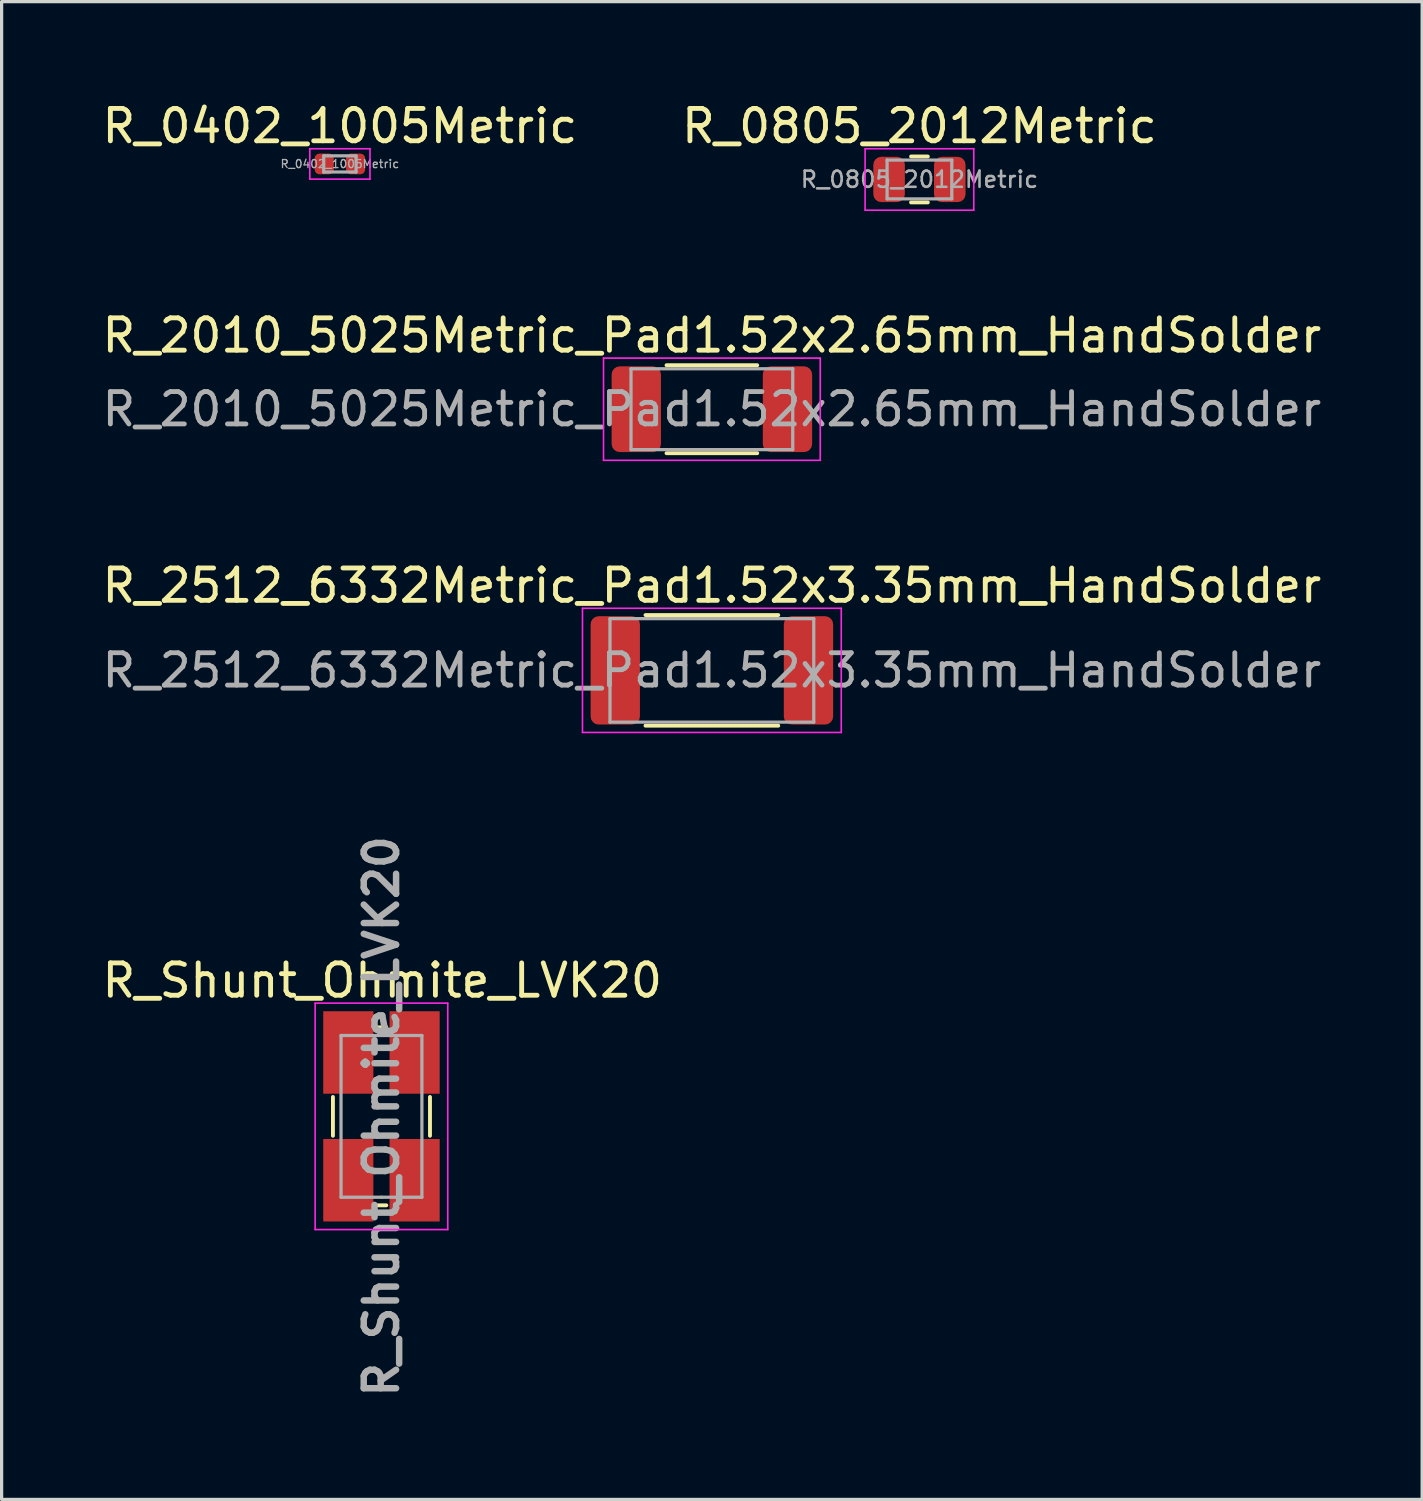
<source format=kicad_pcb>
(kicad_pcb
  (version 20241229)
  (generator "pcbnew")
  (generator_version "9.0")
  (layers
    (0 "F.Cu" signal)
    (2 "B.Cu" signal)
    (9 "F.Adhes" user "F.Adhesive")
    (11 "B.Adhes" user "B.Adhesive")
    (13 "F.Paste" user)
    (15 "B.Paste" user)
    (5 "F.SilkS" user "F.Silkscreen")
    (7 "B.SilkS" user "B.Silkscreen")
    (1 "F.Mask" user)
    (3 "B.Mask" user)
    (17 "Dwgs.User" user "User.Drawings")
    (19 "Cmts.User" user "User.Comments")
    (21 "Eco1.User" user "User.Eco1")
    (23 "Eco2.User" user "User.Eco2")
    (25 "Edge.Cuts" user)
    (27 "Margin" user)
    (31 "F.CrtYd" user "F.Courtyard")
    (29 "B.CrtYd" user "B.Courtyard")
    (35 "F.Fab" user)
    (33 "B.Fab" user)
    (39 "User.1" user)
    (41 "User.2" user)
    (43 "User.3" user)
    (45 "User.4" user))
  (footprint "R_Shunt_Ohmite_LVK20"
    (layer "F.Cu")
    (at 8.743 31.463)
    (property "Reference" "R_Shunt_Ohmite_LVK20" (at 0.025 -4.2 0) (layer "F.SilkS") (effects (font (size 1 1) (thickness 0.15))))
    (attr smd)
    (fp_line (start -1.5 0.6) (end -1.5 -0.6) (stroke (width 0.12) (type solid)) (layer "F.SilkS"))
    (fp_line (start 0.15 -2.75) (end -0.15 -2.75) (stroke (width 0.12) (type solid)) (layer "F.SilkS"))
    (fp_line (start 0.15 2.75) (end -0.15 2.75) (stroke (width 0.12) (type solid)) (layer "F.SilkS"))
    (fp_line (start 1.5 -0.6) (end 1.5 0.6) (stroke (width 0.12) (type solid)) (layer "F.SilkS"))
    (fp_line (start -2.05 -3.5) (end 2.05 -3.5) (stroke (width 0.05) (type solid)) (layer "F.CrtYd"))
    (fp_line (start -2.05 3.5) (end -2.05 -3.5) (stroke (width 0.05) (type solid)) (layer "F.CrtYd"))
    (fp_line (start 2.05 -3.5) (end 2.05 3.5) (stroke (width 0.05) (type solid)) (layer "F.CrtYd"))
    (fp_line (start 2.05 3.5) (end -2.05 3.5) (stroke (width 0.05) (type solid)) (layer "F.CrtYd"))
    (fp_line (start -1.25 -2.5) (end 1.25 -2.5) (stroke (width 0.1) (type solid)) (layer "F.Fab"))
    (fp_line (start -1.25 2.5) (end -1.25 -2.5) (stroke (width 0.1) (type solid)) (layer "F.Fab"))
    (fp_line (start 0 2.5) (end -1.25 2.5) (stroke (width 0.1) (type solid)) (layer "F.Fab"))
    (fp_line (start 1.25 -2.5) (end 1.25 2.5) (stroke (width 0.1) (type solid)) (layer "F.Fab"))
    (fp_line (start 1.25 2.5) (end 0 2.5) (stroke (width 0.1) (type solid)) (layer "F.Fab"))
    (fp_text user "${REFERENCE}" (at 0 0 90) (layer "F.Fab") (effects (font (size 1 1) (thickness 0.2))))
    (pad "1" smd rect (at -1.025 -1.975) (size 1.55 2.55) (layers "F.Cu" "F.Mask" "F.Paste"))
    (pad "2" smd rect (at 1.025 -1.975) (size 1.55 2.55) (layers "F.Cu" "F.Mask" "F.Paste"))
    (pad "3" smd rect (at -1.025 1.975) (size 1.55 2.55) (layers "F.Cu" "F.Mask" "F.Paste"))
    (pad "4" smd rect (at 1.025 1.975) (size 1.55 2.55) (layers "F.Cu" "F.Mask" "F.Paste")))
  (footprint "R_0805_2012Metric"
    (layer "F.Cu")
    (at 25.375 2.498)
    (property "Reference" "R_0805_2012Metric" (at 0 -1.65 0) (layer "F.SilkS") (effects (font (size 1 1) (thickness 0.15))))
    (attr smd)
    (fp_line (start -0.259 -0.71) (end 0.259 -0.71) (stroke (width 0.12) (type solid)) (layer "F.SilkS"))
    (fp_line (start -0.259 0.71) (end 0.259 0.71) (stroke (width 0.12) (type solid)) (layer "F.SilkS"))
    (fp_line (start -1.68 -0.95) (end 1.68 -0.95) (stroke (width 0.05) (type solid)) (layer "F.CrtYd"))
    (fp_line (start -1.68 0.95) (end -1.68 -0.95) (stroke (width 0.05) (type solid)) (layer "F.CrtYd"))
    (fp_line (start 1.68 -0.95) (end 1.68 0.95) (stroke (width 0.05) (type solid)) (layer "F.CrtYd"))
    (fp_line (start 1.68 0.95) (end -1.68 0.95) (stroke (width 0.05) (type solid)) (layer "F.CrtYd"))
    (fp_line (start -1 -0.6) (end 1 -0.6) (stroke (width 0.1) (type solid)) (layer "F.Fab"))
    (fp_line (start -1 0.6) (end -1 -0.6) (stroke (width 0.1) (type solid)) (layer "F.Fab"))
    (fp_line (start 1 -0.6) (end 1 0.6) (stroke (width 0.1) (type solid)) (layer "F.Fab"))
    (fp_line (start 1 0.6) (end -1 0.6) (stroke (width 0.1) (type solid)) (layer "F.Fab"))
    (fp_text user "${REFERENCE}" (at 0 0 0) (layer "F.Fab") (effects (font (size 0.5 0.5) (thickness 0.08))))
    (pad "1" smd roundrect (at -0.938 0) (size 0.975 1.4) (layers "F.Cu" "F.Mask" "F.Paste") (roundrect_rratio 0.25))
    (pad "2" smd roundrect (at 0.938 0) (size 0.975 1.4) (layers "F.Cu" "F.Mask" "F.Paste") (roundrect_rratio 0.25)))
  (footprint "R_2010_5025Metric_Pad1.52x2.65mm_HandSolder"
    (layer "F.Cu")
    (at 18.958 9.601)
    (property "Reference" "R_2010_5025Metric_Pad1.52x2.65mm_HandSolder" (at 0 -2.28 0) (layer "F.SilkS") (effects (font (size 1 1) (thickness 0.15))))
    (attr smd)
    (fp_line (start -1.402 -1.36) (end 1.402 -1.36) (stroke (width 0.12) (type solid)) (layer "F.SilkS"))
    (fp_line (start -1.402 1.36) (end 1.402 1.36) (stroke (width 0.12) (type solid)) (layer "F.SilkS"))
    (fp_line (start -3.35 -1.58) (end 3.35 -1.58) (stroke (width 0.05) (type solid)) (layer "F.CrtYd"))
    (fp_line (start -3.35 1.58) (end -3.35 -1.58) (stroke (width 0.05) (type solid)) (layer "F.CrtYd"))
    (fp_line (start 3.35 -1.58) (end 3.35 1.58) (stroke (width 0.05) (type solid)) (layer "F.CrtYd"))
    (fp_line (start 3.35 1.58) (end -3.35 1.58) (stroke (width 0.05) (type solid)) (layer "F.CrtYd"))
    (fp_line (start -2.5 -1.25) (end 2.5 -1.25) (stroke (width 0.1) (type solid)) (layer "F.Fab"))
    (fp_line (start -2.5 1.25) (end -2.5 -1.25) (stroke (width 0.1) (type solid)) (layer "F.Fab"))
    (fp_line (start 2.5 -1.25) (end 2.5 1.25) (stroke (width 0.1) (type solid)) (layer "F.Fab"))
    (fp_line (start 2.5 1.25) (end -2.5 1.25) (stroke (width 0.1) (type solid)) (layer "F.Fab"))
    (fp_text user "${REFERENCE}" (at 0 0 0) (layer "F.Fab") (effects (font (size 1 1) (thickness 0.15))))
    (pad "1" smd roundrect (at -2.337 0) (size 1.525 2.65) (layers "F.Cu" "F.Mask" "F.Paste") (roundrect_rratio 0.164))
    (pad "2" smd roundrect (at 2.337 0) (size 1.525 2.65) (layers "F.Cu" "F.Mask" "F.Paste") (roundrect_rratio 0.164)))
  (footprint "R_2512_6332Metric_Pad1.52x3.35mm_HandSolder"
    (layer "F.Cu")
    (at 18.958 17.675)
    (property "Reference" "R_2512_6332Metric_Pad1.52x3.35mm_HandSolder" (at 0 -2.62 0) (layer "F.SilkS") (effects (font (size 1 1) (thickness 0.15))))
    (attr smd)
    (fp_line (start -2.052 -1.71) (end 2.052 -1.71) (stroke (width 0.12) (type solid)) (layer "F.SilkS"))
    (fp_line (start -2.052 1.71) (end 2.052 1.71) (stroke (width 0.12) (type solid)) (layer "F.SilkS"))
    (fp_line (start -4 -1.92) (end 4 -1.92) (stroke (width 0.05) (type solid)) (layer "F.CrtYd"))
    (fp_line (start -4 1.92) (end -4 -1.92) (stroke (width 0.05) (type solid)) (layer "F.CrtYd"))
    (fp_line (start 4 -1.92) (end 4 1.92) (stroke (width 0.05) (type solid)) (layer "F.CrtYd"))
    (fp_line (start 4 1.92) (end -4 1.92) (stroke (width 0.05) (type solid)) (layer "F.CrtYd"))
    (fp_line (start -3.15 -1.6) (end 3.15 -1.6) (stroke (width 0.1) (type solid)) (layer "F.Fab"))
    (fp_line (start -3.15 1.6) (end -3.15 -1.6) (stroke (width 0.1) (type solid)) (layer "F.Fab"))
    (fp_line (start 3.15 -1.6) (end 3.15 1.6) (stroke (width 0.1) (type solid)) (layer "F.Fab"))
    (fp_line (start 3.15 1.6) (end -3.15 1.6) (stroke (width 0.1) (type solid)) (layer "F.Fab"))
    (fp_text user "${REFERENCE}" (at 0 0 0) (layer "F.Fab") (effects (font (size 1 1) (thickness 0.15))))
    (pad "1" smd roundrect (at -2.987 0) (size 1.525 3.35) (layers "F.Cu" "F.Mask" "F.Paste") (roundrect_rratio 0.164))
    (pad "2" smd roundrect (at 2.987 0) (size 1.525 3.35) (layers "F.Cu" "F.Mask" "F.Paste") (roundrect_rratio 0.164)))
  (footprint "R_0402_1005Metric"
    (layer "F.Cu")
    (at 7.458 2.018)
    (property "Reference" "R_0402_1005Metric" (at 0 -1.17 0) (layer "F.SilkS") (effects (font (size 1 1) (thickness 0.15))))
    (attr smd)
    (fp_line (start -0.93 -0.47) (end 0.93 -0.47) (stroke (width 0.05) (type solid)) (layer "F.CrtYd"))
    (fp_line (start -0.93 0.47) (end -0.93 -0.47) (stroke (width 0.05) (type solid)) (layer "F.CrtYd"))
    (fp_line (start 0.93 -0.47) (end 0.93 0.47) (stroke (width 0.05) (type solid)) (layer "F.CrtYd"))
    (fp_line (start 0.93 0.47) (end -0.93 0.47) (stroke (width 0.05) (type solid)) (layer "F.CrtYd"))
    (fp_line (start -0.5 -0.25) (end 0.5 -0.25) (stroke (width 0.1) (type solid)) (layer "F.Fab"))
    (fp_line (start -0.5 0.25) (end -0.5 -0.25) (stroke (width 0.1) (type solid)) (layer "F.Fab"))
    (fp_line (start 0.5 -0.25) (end 0.5 0.25) (stroke (width 0.1) (type solid)) (layer "F.Fab"))
    (fp_line (start 0.5 0.25) (end -0.5 0.25) (stroke (width 0.1) (type solid)) (layer "F.Fab"))
    (fp_text user "${REFERENCE}" (at 0 0 0) (layer "F.Fab") (effects (font (size 0.25 0.25) (thickness 0.04))))
    (pad "1" smd roundrect (at -0.485 0) (size 0.59 0.64) (layers "F.Cu" "F.Mask" "F.Paste") (roundrect_rratio 0.25))
    (pad "2" smd roundrect (at 0.485 0) (size 0.59 0.64) (layers "F.Cu" "F.Mask" "F.Paste") (roundrect_rratio 0.25)))
  (gr_rect
    (start -3 -3)
    (end 40.917 43.305)
    (stroke (width 0.1) (type default))
    (fill no)
    (layer "Edge.Cuts")))
</source>
